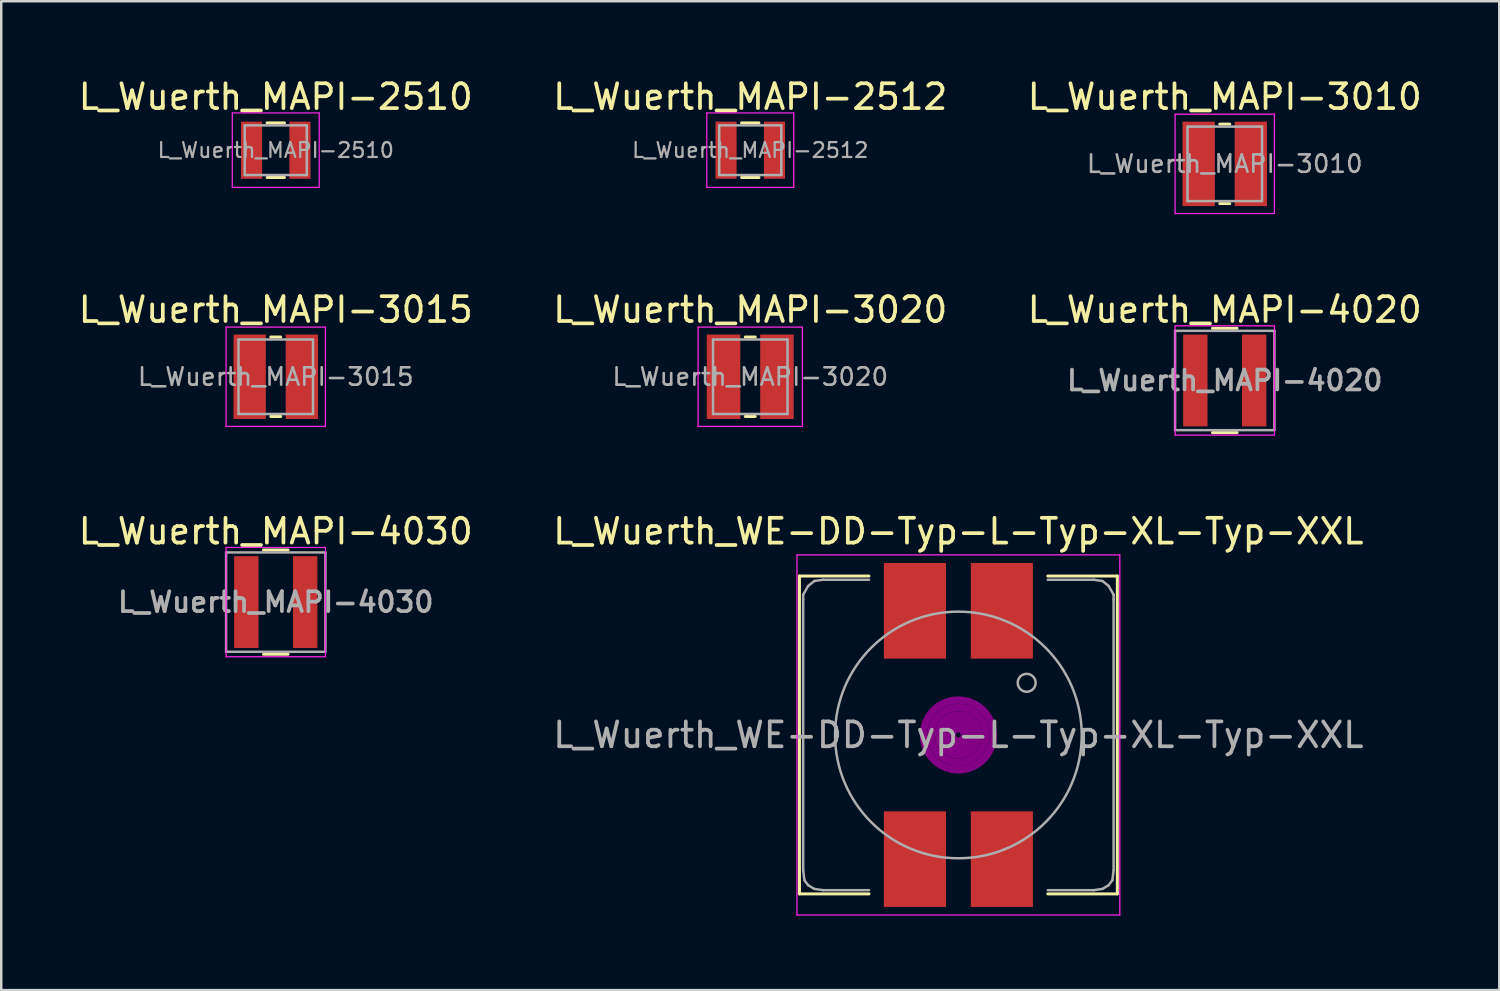
<source format=kicad_pcb>
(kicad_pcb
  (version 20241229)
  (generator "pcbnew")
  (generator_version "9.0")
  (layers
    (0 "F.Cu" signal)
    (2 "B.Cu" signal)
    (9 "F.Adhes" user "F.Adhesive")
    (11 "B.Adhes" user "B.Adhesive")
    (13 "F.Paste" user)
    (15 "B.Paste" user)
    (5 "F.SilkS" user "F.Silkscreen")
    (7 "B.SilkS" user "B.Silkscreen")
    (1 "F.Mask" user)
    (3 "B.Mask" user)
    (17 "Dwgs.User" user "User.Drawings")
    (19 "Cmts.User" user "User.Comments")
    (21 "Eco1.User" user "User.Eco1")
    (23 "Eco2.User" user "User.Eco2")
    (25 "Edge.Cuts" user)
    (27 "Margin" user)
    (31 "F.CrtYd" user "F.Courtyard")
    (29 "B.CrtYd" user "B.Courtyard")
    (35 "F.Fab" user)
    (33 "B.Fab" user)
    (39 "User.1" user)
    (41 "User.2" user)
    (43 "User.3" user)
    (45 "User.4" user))
  (footprint "L_Wuerth_MAPI-4030"
    (layer "F.Cu")
    (at 8.054 21.195)
    (property "Reference" "L_Wuerth_MAPI-4030" (at 0 -2.85 0) (layer "F.SilkS") (effects (font (size 1 1) (thickness 0.15))))
    (attr smd)
    (fp_line (start -0.495 -2.1) (end 0.495 -2.1) (stroke (width 0.12) (type solid)) (layer "F.SilkS"))
    (fp_line (start -0.495 2.1) (end 0.495 2.1) (stroke (width 0.12) (type solid)) (layer "F.SilkS"))
    (fp_line (start -2 -2.2) (end -2 2.2) (stroke (width 0.05) (type solid)) (layer "F.CrtYd"))
    (fp_line (start -2 2.2) (end 2 2.2) (stroke (width 0.05) (type solid)) (layer "F.CrtYd"))
    (fp_line (start 2 -2.2) (end -2 -2.2) (stroke (width 0.05) (type solid)) (layer "F.CrtYd"))
    (fp_line (start 2 2.2) (end 2 -2.2) (stroke (width 0.05) (type solid)) (layer "F.CrtYd"))
    (fp_line (start -2 -2) (end -2 2) (stroke (width 0.1) (type solid)) (layer "F.Fab"))
    (fp_line (start -2 2) (end 2 2) (stroke (width 0.1) (type solid)) (layer "F.Fab"))
    (fp_line (start 2 -2) (end -2 -2) (stroke (width 0.1) (type solid)) (layer "F.Fab"))
    (fp_line (start 2 2) (end 2 -2) (stroke (width 0.1) (type solid)) (layer "F.Fab"))
    (fp_text user "${REFERENCE}" (at 0 0 0) (layer "F.Fab") (effects (font (size 0.8 0.8) (thickness 0.15))))
    (pad "1" smd rect (at -1.185 0) (size 0.98 3.7) (layers "F.Cu" "F.Mask" "F.Paste"))
    (pad "2" smd rect (at 1.185 0) (size 0.98 3.7) (layers "F.Cu" "F.Mask" "F.Paste")))
  (footprint "L_Wuerth_WE-DD-Typ-L-Typ-XL-Typ-XXL"
    (layer "F.Cu")
    (at 35.542 26.545)
    (property "Reference" "L_Wuerth_WE-DD-Typ-L-Typ-XL-Typ-XXL" (at 0 -8.2 0) (layer "F.SilkS") (effects (font (size 1 1) (thickness 0.15))))
    (attr smd)
    (fp_line (start -6.4 -6.4) (end -3.6 -6.4) (stroke (width 0.12) (type solid)) (layer "F.SilkS"))
    (fp_line (start -6.4 6.4) (end -6.4 -6.4) (stroke (width 0.12) (type solid)) (layer "F.SilkS"))
    (fp_line (start -3.6 6.4) (end -6.4 6.4) (stroke (width 0.12) (type solid)) (layer "F.SilkS"))
    (fp_line (start 3.6 -6.4) (end 6.4 -6.4) (stroke (width 0.12) (type solid)) (layer "F.SilkS"))
    (fp_line (start 6.4 -6.4) (end 6.4 6.4) (stroke (width 0.12) (type solid)) (layer "F.SilkS"))
    (fp_line (start 6.4 6.4) (end 3.6 6.4) (stroke (width 0.12) (type solid)) (layer "F.SilkS"))
    (fp_circle (center 0 0) (end 0.1 0) (stroke (width 0.3) (type solid)) (fill no) (layer "F.Adhes"))
    (fp_circle (center 0 0) (end 0.3 0.1) (stroke (width 0.3) (type solid)) (fill no) (layer "F.Adhes"))
    (fp_circle (center 0 0) (end 0.6 0) (stroke (width 0.3) (type solid)) (fill no) (layer "F.Adhes"))
    (fp_circle (center 0 0) (end 0.8 -0.1) (stroke (width 0.3) (type solid)) (fill no) (layer "F.Adhes"))
    (fp_circle (center 0 0) (end 1.1 -0.1) (stroke (width 0.3) (type solid)) (fill no) (layer "F.Adhes"))
    (fp_circle (center 0 0) (end 1.4 -0.1) (stroke (width 0.3) (type solid)) (fill no) (layer "F.Adhes"))
    (fp_line (start -6.5 -7.25) (end 6.5 -7.25) (stroke (width 0.05) (type solid)) (layer "F.CrtYd"))
    (fp_line (start -6.5 7.25) (end -6.5 -7.25) (stroke (width 0.05) (type solid)) (layer "F.CrtYd"))
    (fp_line (start 6.5 -7.25) (end 6.5 7.25) (stroke (width 0.05) (type solid)) (layer "F.CrtYd"))
    (fp_line (start 6.5 7.25) (end -6.5 7.25) (stroke (width 0.05) (type solid)) (layer "F.CrtYd"))
    (fp_line (start -6.25 -5.65) (end -6.25 -5.45) (stroke (width 0.1) (type solid)) (layer "F.Fab"))
    (fp_line (start -6.25 -5.45) (end -6.25 5.45) (stroke (width 0.1) (type solid)) (layer "F.Fab"))
    (fp_line (start -6.2 5.85) (end -6.25 5.45) (stroke (width 0.1) (type solid)) (layer "F.Fab"))
    (fp_line (start -6.05 -6) (end -6.25 -5.65) (stroke (width 0.1) (type solid)) (layer "F.Fab"))
    (fp_line (start -6.05 6.05) (end -6.2 5.85) (stroke (width 0.1) (type solid)) (layer "F.Fab"))
    (fp_line (start -5.8 -6.2) (end -6.05 -6) (stroke (width 0.1) (type solid)) (layer "F.Fab"))
    (fp_line (start -5.8 6.2) (end -6.05 6.05) (stroke (width 0.1) (type solid)) (layer "F.Fab"))
    (fp_line (start -5.45 -6.25) (end -5.8 -6.2) (stroke (width 0.1) (type solid)) (layer "F.Fab"))
    (fp_line (start -5.45 6.25) (end -5.8 6.2) (stroke (width 0.1) (type solid)) (layer "F.Fab"))
    (fp_line (start -3.6 -6.25) (end -5.45 -6.25) (stroke (width 0.1) (type solid)) (layer "F.Fab"))
    (fp_line (start -3.6 6.25) (end -5.45 6.25) (stroke (width 0.1) (type solid)) (layer "F.Fab"))
    (fp_line (start 3.6 -6.25) (end 5.45 -6.25) (stroke (width 0.1) (type solid)) (layer "F.Fab"))
    (fp_line (start 3.6 6.25) (end 5.45 6.25) (stroke (width 0.1) (type solid)) (layer "F.Fab"))
    (fp_line (start 5.45 -6.25) (end 5.8 -6.2) (stroke (width 0.1) (type solid)) (layer "F.Fab"))
    (fp_line (start 5.45 6.25) (end 5.8 6.2) (stroke (width 0.1) (type solid)) (layer "F.Fab"))
    (fp_line (start 5.8 -6.2) (end 6.05 -6) (stroke (width 0.1) (type solid)) (layer "F.Fab"))
    (fp_line (start 5.8 6.2) (end 6.05 6.05) (stroke (width 0.1) (type solid)) (layer "F.Fab"))
    (fp_line (start 6.05 -6) (end 6.25 -5.65) (stroke (width 0.1) (type solid)) (layer "F.Fab"))
    (fp_line (start 6.05 6.05) (end 6.2 5.85) (stroke (width 0.1) (type solid)) (layer "F.Fab"))
    (fp_line (start 6.2 5.85) (end 6.25 5.45) (stroke (width 0.1) (type solid)) (layer "F.Fab"))
    (fp_line (start 6.25 -5.65) (end 6.25 -5.45) (stroke (width 0.1) (type solid)) (layer "F.Fab"))
    (fp_line (start 6.25 -5.45) (end 6.25 5.45) (stroke (width 0.1) (type solid)) (layer "F.Fab"))
    (fp_circle (center 0 0) (end 2.1 4.5) (stroke (width 0.1) (type solid)) (fill no) (layer "F.Fab"))
    (fp_circle (center 2.75 -2.1) (end 3.05 -1.9) (stroke (width 0.1) (type solid)) (fill no) (layer "F.Fab"))
    (fp_text user "${REFERENCE}" (at 0 0 0) (layer "F.Fab") (effects (font (size 1 1) (thickness 0.15))))
    (pad "1" smd rect (at -1.75 -5) (size 2.5 3.85) (layers "F.Cu" "F.Mask" "F.Paste"))
    (pad "2" smd rect (at 1.75 -5) (size 2.5 3.85) (layers "F.Cu" "F.Mask" "F.Paste"))
    (pad "3" smd rect (at 1.75 5) (size 2.5 3.85) (layers "F.Cu" "F.Mask" "F.Paste"))
    (pad "4" smd rect (at -1.75 5) (size 2.5 3.85) (layers "F.Cu" "F.Mask" "F.Paste")))
  (footprint "L_Wuerth_MAPI-2510"
    (layer "F.Cu")
    (at 8.054 2.998)
    (property "Reference" "L_Wuerth_MAPI-2510" (at 0 -2.15 0) (layer "F.SilkS") (effects (font (size 1 1) (thickness 0.15))))
    (attr smd)
    (fp_line (start -0.35 -1.1) (end 0.35 -1.1) (stroke (width 0.12) (type solid)) (layer "F.SilkS"))
    (fp_line (start -0.35 1.1) (end 0.35 1.1) (stroke (width 0.12) (type solid)) (layer "F.SilkS"))
    (fp_line (start -1.75 -1.5) (end -1.75 1.5) (stroke (width 0.05) (type solid)) (layer "F.CrtYd"))
    (fp_line (start -1.75 1.5) (end 1.75 1.5) (stroke (width 0.05) (type solid)) (layer "F.CrtYd"))
    (fp_line (start 1.75 -1.5) (end -1.75 -1.5) (stroke (width 0.05) (type solid)) (layer "F.CrtYd"))
    (fp_line (start 1.75 1.5) (end 1.75 -1.5) (stroke (width 0.05) (type solid)) (layer "F.CrtYd"))
    (fp_line (start -1.25 -1) (end -1.25 1) (stroke (width 0.1) (type solid)) (layer "F.Fab"))
    (fp_line (start -1.25 1) (end 1.25 1) (stroke (width 0.1) (type solid)) (layer "F.Fab"))
    (fp_line (start 1.25 -1) (end -1.25 -1) (stroke (width 0.1) (type solid)) (layer "F.Fab"))
    (fp_line (start 1.25 1) (end 1.25 -1) (stroke (width 0.1) (type solid)) (layer "F.Fab"))
    (fp_text user "${REFERENCE}" (at 0 0 0) (layer "F.Fab") (effects (font (size 0.6 0.6) (thickness 0.09))))
    (pad "1" smd rect (at -0.975 0) (size 0.85 2.3) (layers "F.Cu" "F.Mask" "F.Paste"))
    (pad "2" smd rect (at 0.975 0) (size 0.85 2.3) (layers "F.Cu" "F.Mask" "F.Paste")))
  (footprint "L_Wuerth_MAPI-3015"
    (layer "F.Cu")
    (at 8.054 12.121)
    (property "Reference" "L_Wuerth_MAPI-3015" (at 0 -2.7 0) (layer "F.SilkS") (effects (font (size 1 1) (thickness 0.15))))
    (attr smd)
    (fp_line (start -0.2 -1.6) (end 0.2 -1.6) (stroke (width 0.12) (type solid)) (layer "F.SilkS"))
    (fp_line (start -0.2 1.6) (end 0.2 1.6) (stroke (width 0.12) (type solid)) (layer "F.SilkS"))
    (fp_line (start -2 -2) (end -2 2) (stroke (width 0.05) (type solid)) (layer "F.CrtYd"))
    (fp_line (start -2 2) (end 2 2) (stroke (width 0.05) (type solid)) (layer "F.CrtYd"))
    (fp_line (start 2 -2) (end -2 -2) (stroke (width 0.05) (type solid)) (layer "F.CrtYd"))
    (fp_line (start 2 2) (end 2 -2) (stroke (width 0.05) (type solid)) (layer "F.CrtYd"))
    (fp_line (start -1.5 -1.5) (end -1.5 1.5) (stroke (width 0.1) (type solid)) (layer "F.Fab"))
    (fp_line (start -1.5 1.5) (end 1.5 1.5) (stroke (width 0.1) (type solid)) (layer "F.Fab"))
    (fp_line (start 1.5 -1.5) (end -1.5 -1.5) (stroke (width 0.1) (type solid)) (layer "F.Fab"))
    (fp_line (start 1.5 1.5) (end 1.5 -1.5) (stroke (width 0.1) (type solid)) (layer "F.Fab"))
    (fp_text user "${REFERENCE}" (at 0 0 0) (layer "F.Fab") (effects (font (size 0.7 0.7) (thickness 0.105))))
    (pad "1" smd rect (at -1.05 0) (size 1.3 3.4) (layers "F.Cu" "F.Mask" "F.Paste"))
    (pad "2" smd rect (at 1.05 0) (size 1.3 3.4) (layers "F.Cu" "F.Mask" "F.Paste")))
  (footprint "L_Wuerth_MAPI-4020"
    (layer "F.Cu")
    (at 46.268 12.271)
    (property "Reference" "L_Wuerth_MAPI-4020" (at 0 -2.85 0) (layer "F.SilkS") (effects (font (size 1 1) (thickness 0.15))))
    (attr smd)
    (fp_line (start -0.495 -2.1) (end 0.495 -2.1) (stroke (width 0.12) (type solid)) (layer "F.SilkS"))
    (fp_line (start -0.495 2.1) (end 0.495 2.1) (stroke (width 0.12) (type solid)) (layer "F.SilkS"))
    (fp_line (start -2 -2.2) (end -2 2.2) (stroke (width 0.05) (type solid)) (layer "F.CrtYd"))
    (fp_line (start -2 2.2) (end 2 2.2) (stroke (width 0.05) (type solid)) (layer "F.CrtYd"))
    (fp_line (start 2 -2.2) (end -2 -2.2) (stroke (width 0.05) (type solid)) (layer "F.CrtYd"))
    (fp_line (start 2 2.2) (end 2 -2.2) (stroke (width 0.05) (type solid)) (layer "F.CrtYd"))
    (fp_line (start -2 -2) (end -2 2) (stroke (width 0.1) (type solid)) (layer "F.Fab"))
    (fp_line (start -2 2) (end 2 2) (stroke (width 0.1) (type solid)) (layer "F.Fab"))
    (fp_line (start 2 -2) (end -2 -2) (stroke (width 0.1) (type solid)) (layer "F.Fab"))
    (fp_line (start 2 2) (end 2 -2) (stroke (width 0.1) (type solid)) (layer "F.Fab"))
    (fp_text user "${REFERENCE}" (at 0 0 0) (layer "F.Fab") (effects (font (size 0.8 0.8) (thickness 0.15))))
    (pad "1" smd rect (at -1.185 0) (size 0.98 3.7) (layers "F.Cu" "F.Mask" "F.Paste"))
    (pad "2" smd rect (at 1.185 0) (size 0.98 3.7) (layers "F.Cu" "F.Mask" "F.Paste")))
  (footprint "L_Wuerth_MAPI-3010"
    (layer "F.Cu")
    (at 46.268 3.548)
    (property "Reference" "L_Wuerth_MAPI-3010" (at 0 -2.7 0) (layer "F.SilkS") (effects (font (size 1 1) (thickness 0.15))))
    (attr smd)
    (fp_line (start -0.2 -1.6) (end 0.2 -1.6) (stroke (width 0.12) (type solid)) (layer "F.SilkS"))
    (fp_line (start -0.2 1.6) (end 0.2 1.6) (stroke (width 0.12) (type solid)) (layer "F.SilkS"))
    (fp_line (start -2 -2) (end -2 2) (stroke (width 0.05) (type solid)) (layer "F.CrtYd"))
    (fp_line (start -2 2) (end 2 2) (stroke (width 0.05) (type solid)) (layer "F.CrtYd"))
    (fp_line (start 2 -2) (end -2 -2) (stroke (width 0.05) (type solid)) (layer "F.CrtYd"))
    (fp_line (start 2 2) (end 2 -2) (stroke (width 0.05) (type solid)) (layer "F.CrtYd"))
    (fp_line (start -1.5 -1.5) (end -1.5 1.5) (stroke (width 0.1) (type solid)) (layer "F.Fab"))
    (fp_line (start -1.5 1.5) (end 1.5 1.5) (stroke (width 0.1) (type solid)) (layer "F.Fab"))
    (fp_line (start 1.5 -1.5) (end -1.5 -1.5) (stroke (width 0.1) (type solid)) (layer "F.Fab"))
    (fp_line (start 1.5 1.5) (end 1.5 -1.5) (stroke (width 0.1) (type solid)) (layer "F.Fab"))
    (fp_text user "${REFERENCE}" (at 0 0 0) (layer "F.Fab") (effects (font (size 0.7 0.7) (thickness 0.105))))
    (pad "1" smd rect (at -1.05 0) (size 1.3 3.4) (layers "F.Cu" "F.Mask" "F.Paste"))
    (pad "2" smd rect (at 1.05 0) (size 1.3 3.4) (layers "F.Cu" "F.Mask" "F.Paste")))
  (footprint "L_Wuerth_MAPI-2512"
    (layer "F.Cu")
    (at 27.161 2.998)
    (property "Reference" "L_Wuerth_MAPI-2512" (at 0 -2.15 0) (layer "F.SilkS") (effects (font (size 1 1) (thickness 0.15))))
    (attr smd)
    (fp_line (start -0.35 -1.1) (end 0.35 -1.1) (stroke (width 0.12) (type solid)) (layer "F.SilkS"))
    (fp_line (start -0.35 1.1) (end 0.35 1.1) (stroke (width 0.12) (type solid)) (layer "F.SilkS"))
    (fp_line (start -1.75 -1.5) (end -1.75 1.5) (stroke (width 0.05) (type solid)) (layer "F.CrtYd"))
    (fp_line (start -1.75 1.5) (end 1.75 1.5) (stroke (width 0.05) (type solid)) (layer "F.CrtYd"))
    (fp_line (start 1.75 -1.5) (end -1.75 -1.5) (stroke (width 0.05) (type solid)) (layer "F.CrtYd"))
    (fp_line (start 1.75 1.5) (end 1.75 -1.5) (stroke (width 0.05) (type solid)) (layer "F.CrtYd"))
    (fp_line (start -1.25 -1) (end -1.25 1) (stroke (width 0.1) (type solid)) (layer "F.Fab"))
    (fp_line (start -1.25 1) (end 1.25 1) (stroke (width 0.1) (type solid)) (layer "F.Fab"))
    (fp_line (start 1.25 -1) (end -1.25 -1) (stroke (width 0.1) (type solid)) (layer "F.Fab"))
    (fp_line (start 1.25 1) (end 1.25 -1) (stroke (width 0.1) (type solid)) (layer "F.Fab"))
    (fp_text user "${REFERENCE}" (at 0 0 0) (layer "F.Fab") (effects (font (size 0.6 0.6) (thickness 0.09))))
    (pad "1" smd rect (at -0.975 0) (size 0.85 2.3) (layers "F.Cu" "F.Mask" "F.Paste"))
    (pad "2" smd rect (at 0.975 0) (size 0.85 2.3) (layers "F.Cu" "F.Mask" "F.Paste")))
  (footprint "L_Wuerth_MAPI-3020"
    (layer "F.Cu")
    (at 27.161 12.121)
    (property "Reference" "L_Wuerth_MAPI-3020" (at 0 -2.7 0) (layer "F.SilkS") (effects (font (size 1 1) (thickness 0.15))))
    (attr smd)
    (fp_line (start -0.2 -1.6) (end 0.2 -1.6) (stroke (width 0.12) (type solid)) (layer "F.SilkS"))
    (fp_line (start -0.2 1.6) (end 0.2 1.6) (stroke (width 0.12) (type solid)) (layer "F.SilkS"))
    (fp_line (start -2.1 -2) (end -2.1 2) (stroke (width 0.05) (type solid)) (layer "F.CrtYd"))
    (fp_line (start -2.1 2) (end 2.1 2) (stroke (width 0.05) (type solid)) (layer "F.CrtYd"))
    (fp_line (start 2.1 -2) (end -2.1 -2) (stroke (width 0.05) (type solid)) (layer "F.CrtYd"))
    (fp_line (start 2.1 2) (end 2.1 -2) (stroke (width 0.05) (type solid)) (layer "F.CrtYd"))
    (fp_line (start -1.5 -1.5) (end -1.5 1.5) (stroke (width 0.1) (type solid)) (layer "F.Fab"))
    (fp_line (start -1.5 1.5) (end 1.5 1.5) (stroke (width 0.1) (type solid)) (layer "F.Fab"))
    (fp_line (start 1.5 -1.5) (end -1.5 -1.5) (stroke (width 0.1) (type solid)) (layer "F.Fab"))
    (fp_line (start 1.5 1.5) (end 1.5 -1.5) (stroke (width 0.1) (type solid)) (layer "F.Fab"))
    (fp_text user "${REFERENCE}" (at 0 0 0) (layer "F.Fab") (effects (font (size 0.7 0.7) (thickness 0.105))))
    (pad "1" smd rect (at -1.075 0) (size 1.35 3.4) (layers "F.Cu" "F.Mask" "F.Paste"))
    (pad "2" smd rect (at 1.075 0) (size 1.35 3.4) (layers "F.Cu" "F.Mask" "F.Paste")))
  (gr_rect
    (start -3 -3)
    (end 57.321 36.82)
    (stroke (width 0.1) (type default))
    (fill no)
    (layer "Edge.Cuts")))
</source>
